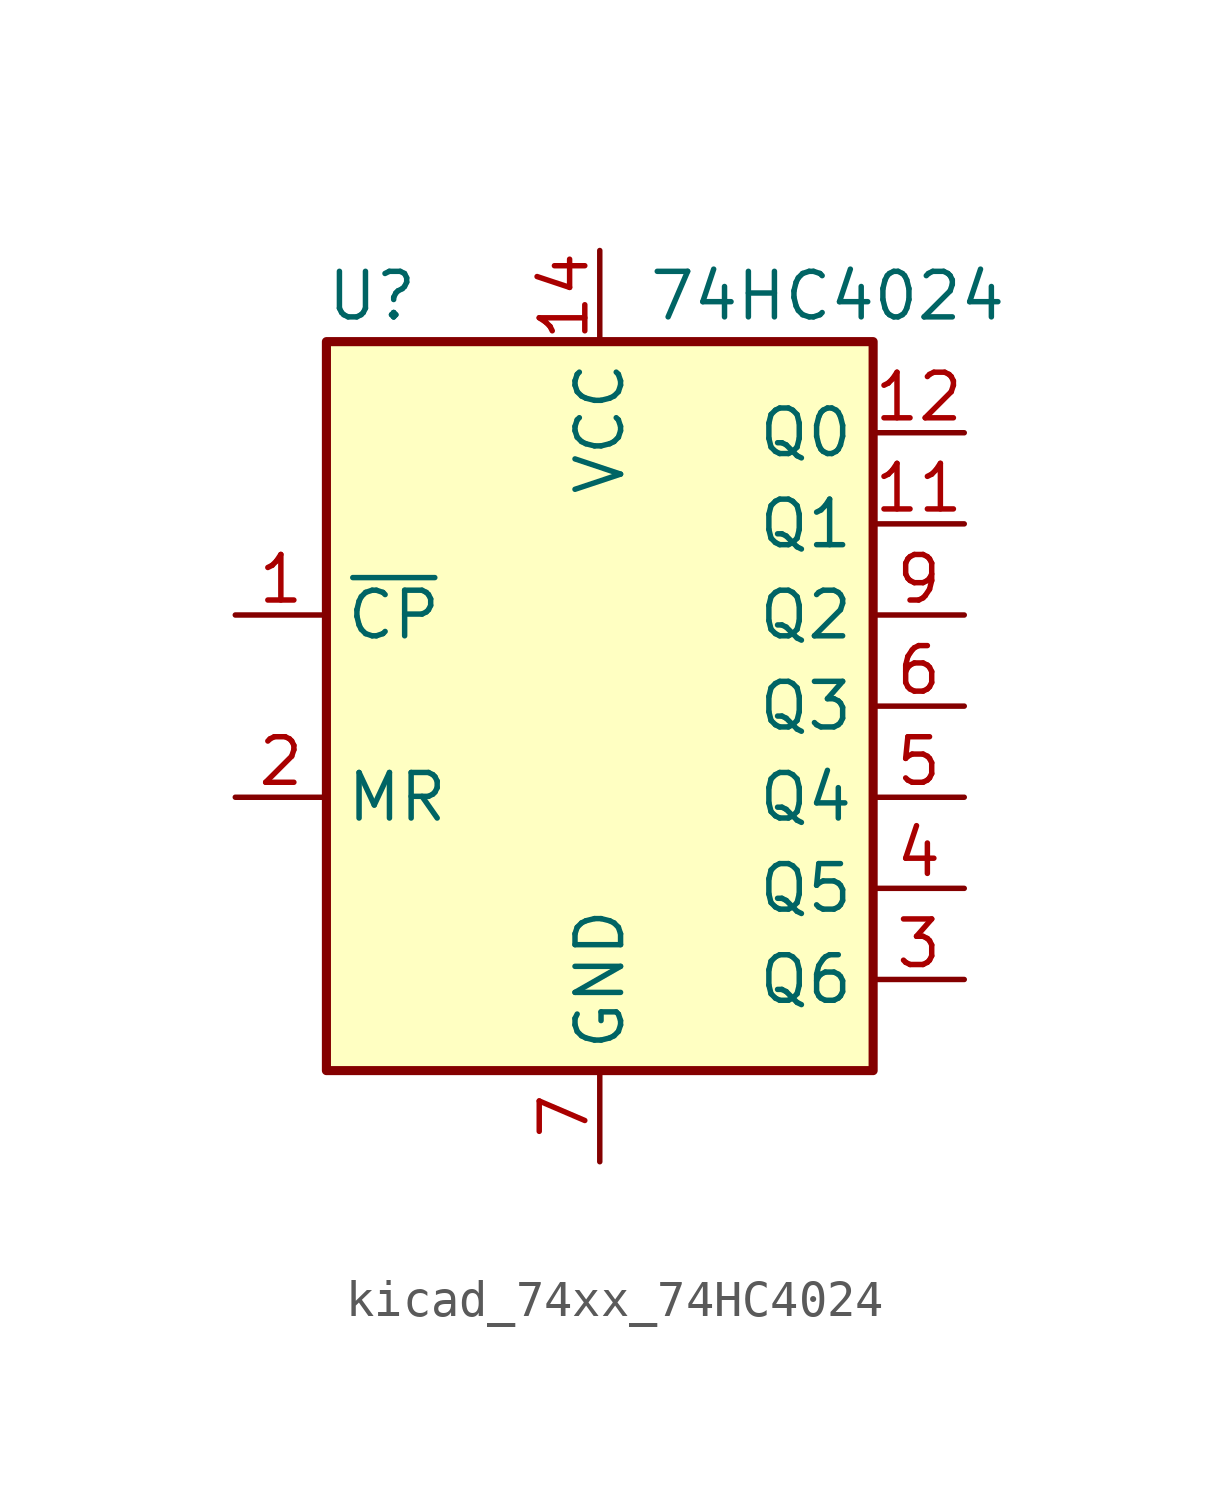
<source format=kicad_sym>
(kicad_symbol_lib
  (version 20220914)
  (generator kicad_symbol_editor)
  (symbol "kicad_74xx_74HC4024"
    (property "Reference" "U"
      (at -6.35 11.43 0)
      (effects (font (size 1.27 1.27))))
    (property "Value" "74HC4024"
      (at 6.35 11.43 0)
      (effects (font (size 1.27 1.27))))
    (symbol "kicad_74xx_74HC4024_0_1"
      (rectangle (start -7.62 10.16) (end 7.62 -10.16) (stroke (width 0.254) (type default)) (fill (type background))))
    (symbol "kicad_74xx_74HC4024_1_0"
      (pin input line (at -10.16 2.54 0) (length 2.54) (name "~{CP}" (effects (font (size 1.27 1.27)))) (number "1" (effects (font (size 1.27 1.27)))))
      (pin no_connect line (at -7.62 5.08 0) (length 2.54) hide (name "~" (effects (font (size 1.27 1.27)))) (number "10" (effects (font (size 1.27 1.27)))))
      (pin output line (at 10.16 5.08 180) (length 2.54) (name "Q1" (effects (font (size 1.27 1.27)))) (number "11" (effects (font (size 1.27 1.27)))))
      (pin output line (at 10.16 7.62 180) (length 2.54) (name "Q0" (effects (font (size 1.27 1.27)))) (number "12" (effects (font (size 1.27 1.27)))))
      (pin no_connect line (at -7.62 -5.08 0) (length 2.54) hide (name "~" (effects (font (size 1.27 1.27)))) (number "13" (effects (font (size 1.27 1.27)))))
      (pin power_in line (at 0 12.7 270) (length 2.54) (name "VCC" (effects (font (size 1.27 1.27)))) (number "14" (effects (font (size 1.27 1.27)))))
      (pin input line (at -10.16 -2.54 0) (length 2.54) (name "MR" (effects (font (size 1.27 1.27)))) (number "2" (effects (font (size 1.27 1.27)))))
      (pin output line (at 10.16 -7.62 180) (length 2.54) (name "Q6" (effects (font (size 1.27 1.27)))) (number "3" (effects (font (size 1.27 1.27)))))
      (pin output line (at 10.16 -5.08 180) (length 2.54) (name "Q5" (effects (font (size 1.27 1.27)))) (number "4" (effects (font (size 1.27 1.27)))))
      (pin output line (at 10.16 -2.54 180) (length 2.54) (name "Q4" (effects (font (size 1.27 1.27)))) (number "5" (effects (font (size 1.27 1.27)))))
      (pin output line (at 10.16 0 180) (length 2.54) (name "Q3" (effects (font (size 1.27 1.27)))) (number "6" (effects (font (size 1.27 1.27)))))
      (pin power_in line (at 0 -12.7 90) (length 2.54) (name "GND" (effects (font (size 1.27 1.27)))) (number "7" (effects (font (size 1.27 1.27)))))
      (pin no_connect line (at -7.62 7.62 0) (length 2.54) hide (name "~" (effects (font (size 1.27 1.27)))) (number "8" (effects (font (size 1.27 1.27)))))
      (pin output line (at 10.16 2.54 180) (length 2.54) (name "Q2" (effects (font (size 1.27 1.27)))) (number "9" (effects (font (size 1.27 1.27))))))))
</source>
